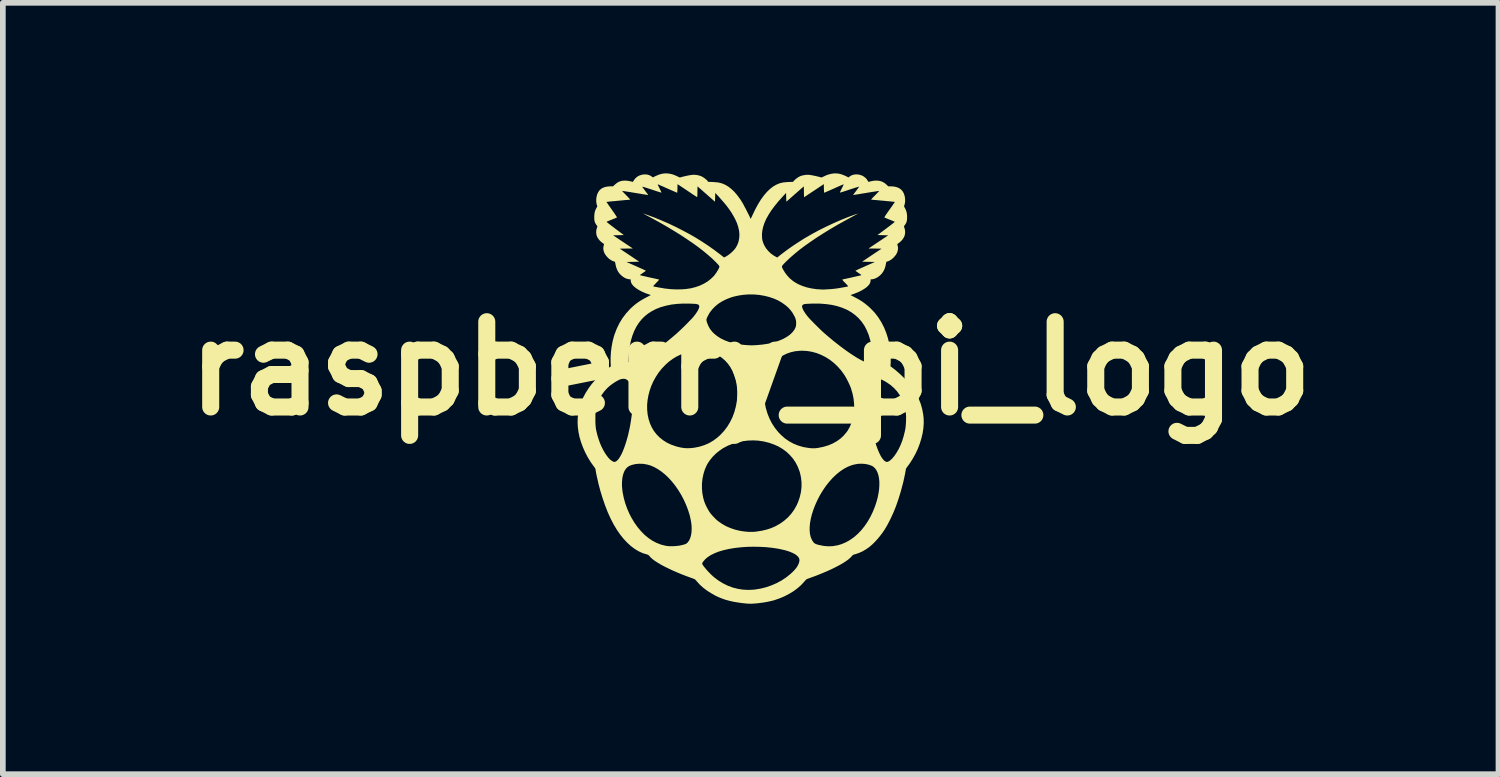
<source format=kicad_pcb>
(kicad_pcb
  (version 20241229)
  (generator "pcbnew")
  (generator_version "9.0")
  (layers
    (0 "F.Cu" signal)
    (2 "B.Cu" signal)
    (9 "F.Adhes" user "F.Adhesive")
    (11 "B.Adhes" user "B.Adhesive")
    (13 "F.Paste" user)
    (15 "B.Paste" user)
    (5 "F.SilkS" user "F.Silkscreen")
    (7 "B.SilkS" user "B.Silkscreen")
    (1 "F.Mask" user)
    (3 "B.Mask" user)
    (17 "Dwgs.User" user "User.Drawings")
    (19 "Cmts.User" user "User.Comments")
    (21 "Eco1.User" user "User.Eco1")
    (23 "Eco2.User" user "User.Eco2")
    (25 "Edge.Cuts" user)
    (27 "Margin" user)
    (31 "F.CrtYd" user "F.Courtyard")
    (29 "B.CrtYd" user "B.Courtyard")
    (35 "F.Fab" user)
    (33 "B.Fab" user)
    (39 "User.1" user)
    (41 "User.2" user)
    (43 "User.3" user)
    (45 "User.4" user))
  (footprint "raspberry_pi_logo"
    (layer "F.Cu")
    (at 10.157 3.432)
    (property "Reference" "raspberry_pi_logo" (at 0 0 0) (layer "F.SilkS") (effects (font (size 1.5 1.5) (thickness 0.3))))
    (attr board_only exclude_from_pos_files exclude_from_bom)
    (fp_poly (pts (xy 1.544 -3.428) (xy 1.601 -3.414) (xy 1.659 -3.391) (xy 1.674 -3.384) (xy 1.72 -3.36) (xy 1.739 -3.375) (xy 1.773 -3.396) (xy 1.811 -3.409) (xy 1.852 -3.414) (xy 1.895 -3.412) (xy 1.937 -3.402) (xy 1.978 -3.384) (xy 1.981 -3.382) (xy 2.013 -3.359) (xy 2.039 -3.333) (xy 2.054 -3.311) (xy 2.063 -3.296) (xy 2.07 -3.286) (xy 2.073 -3.282) (xy 2.073 -3.282) (xy 2.078 -3.283) (xy 2.09 -3.286) (xy 2.107 -3.29) (xy 2.112 -3.292) (xy 2.169 -3.303) (xy 2.222 -3.305) (xy 2.271 -3.299) (xy 2.315 -3.285) (xy 2.356 -3.262) (xy 2.388 -3.235) (xy 2.421 -3.204) (xy 2.467 -3.204) (xy 2.522 -3.2) (xy 2.57 -3.189) (xy 2.611 -3.172) (xy 2.646 -3.147) (xy 2.674 -3.116) (xy 2.695 -3.077) (xy 2.71 -3.031) (xy 2.713 -3.012) (xy 2.717 -2.974) (xy 2.717 -2.935) (xy 2.712 -2.9) (xy 2.704 -2.87) (xy 2.704 -2.87) (xy 2.7 -2.86) (xy 2.699 -2.852) (xy 2.702 -2.843) (xy 2.709 -2.83) (xy 2.713 -2.824) (xy 2.73 -2.789) (xy 2.742 -2.754) (xy 2.749 -2.716) (xy 2.752 -2.671) (xy 2.752 -2.662) (xy 2.751 -2.625) (xy 2.747 -2.595) (xy 2.74 -2.57) (xy 2.729 -2.547) (xy 2.713 -2.524) (xy 2.713 -2.523) (xy 2.696 -2.501) (xy 2.706 -2.47) (xy 2.715 -2.435) (xy 2.718 -2.397) (xy 2.714 -2.36) (xy 2.706 -2.328) (xy 2.689 -2.295) (xy 2.666 -2.262) (xy 2.638 -2.232) (xy 2.619 -2.217) (xy 2.604 -2.205) (xy 2.592 -2.197) (xy 2.584 -2.192) (xy 2.583 -2.192) (xy 2.581 -2.188) (xy 2.581 -2.179) (xy 2.585 -2.164) (xy 2.593 -2.123) (xy 2.59 -2.082) (xy 2.578 -2.041) (xy 2.557 -2.001) (xy 2.525 -1.962) (xy 2.506 -1.942) (xy 2.477 -1.918) (xy 2.447 -1.899) (xy 2.418 -1.885) (xy 2.401 -1.881) (xy 2.392 -1.878) (xy 2.387 -1.872) (xy 2.384 -1.862) (xy 2.382 -1.853) (xy 2.371 -1.798) (xy 2.356 -1.751) (xy 2.336 -1.71) (xy 2.311 -1.673) (xy 2.288 -1.648) (xy 2.255 -1.619) (xy 2.219 -1.596) (xy 2.183 -1.579) (xy 2.148 -1.57) (xy 2.14 -1.569) (xy 2.11 -1.566) (xy 2.11 -1.544) (xy 2.105 -1.515) (xy 2.091 -1.485) (xy 2.068 -1.456) (xy 2.036 -1.426) (xy 1.996 -1.398) (xy 1.949 -1.37) (xy 1.894 -1.343) (xy 1.832 -1.318) (xy 1.789 -1.302) (xy 1.756 -1.291) (xy 1.829 -1.253) (xy 1.898 -1.216) (xy 1.959 -1.179) (xy 2.015 -1.138) (xy 2.069 -1.094) (xy 2.11 -1.056) (xy 2.181 -0.982) (xy 2.243 -0.902) (xy 2.298 -0.815) (xy 2.346 -0.723) (xy 2.386 -0.624) (xy 2.419 -0.519) (xy 2.419 -0.516) (xy 2.436 -0.444) (xy 2.449 -0.366) (xy 2.458 -0.286) (xy 2.464 -0.206) (xy 2.464 -0.131) (xy 2.464 -0.103) (xy 2.46 -0.037) (xy 2.494 -0.012) (xy 2.539 0.022) (xy 2.586 0.062) (xy 2.635 0.106) (xy 2.682 0.151) (xy 2.727 0.196) (xy 2.767 0.239) (xy 2.791 0.269) (xy 2.855 0.354) (xy 2.909 0.44) (xy 2.954 0.528) (xy 2.99 0.618) (xy 3.017 0.711) (xy 3.035 0.806) (xy 3.043 0.876) (xy 3.045 0.961) (xy 3.039 1.05) (xy 3.025 1.142) (xy 3.003 1.234) (xy 2.974 1.327) (xy 2.939 1.419) (xy 2.896 1.509) (xy 2.847 1.596) (xy 2.793 1.68) (xy 2.754 1.732) (xy 2.742 1.749) (xy 2.733 1.764) (xy 2.73 1.774) (xy 2.73 1.774) (xy 2.729 1.784) (xy 2.726 1.802) (xy 2.721 1.826) (xy 2.716 1.856) (xy 2.709 1.888) (xy 2.702 1.923) (xy 2.694 1.958) (xy 2.687 1.991) (xy 2.679 2.021) (xy 2.679 2.023) (xy 2.642 2.162) (xy 2.601 2.296) (xy 2.557 2.423) (xy 2.509 2.542) (xy 2.457 2.654) (xy 2.403 2.758) (xy 2.357 2.835) (xy 2.32 2.89) (xy 2.279 2.944) (xy 2.235 2.998) (xy 2.189 3.048) (xy 2.143 3.094) (xy 2.098 3.133) (xy 2.08 3.148) (xy 2.025 3.185) (xy 1.968 3.218) (xy 1.909 3.245) (xy 1.852 3.265) (xy 1.831 3.271) (xy 1.813 3.276) (xy 1.8 3.282) (xy 1.79 3.291) (xy 1.777 3.306) (xy 1.777 3.306) (xy 1.75 3.334) (xy 1.715 3.364) (xy 1.67 3.396) (xy 1.618 3.429) (xy 1.558 3.463) (xy 1.491 3.498) (xy 1.418 3.534) (xy 1.338 3.57) (xy 1.253 3.606) (xy 1.163 3.642) (xy 1.068 3.677) (xy 1.011 3.698) (xy 0.996 3.703) (xy 0.985 3.709) (xy 0.975 3.716) (xy 0.964 3.728) (xy 0.949 3.744) (xy 0.94 3.755) (xy 0.885 3.814) (xy 0.821 3.87) (xy 0.75 3.922) (xy 0.672 3.969) (xy 0.589 4.012) (xy 0.502 4.048) (xy 0.411 4.079) (xy 0.389 4.085) (xy 0.339 4.097) (xy 0.285 4.108) (xy 0.228 4.118) (xy 0.169 4.126) (xy 0.112 4.133) (xy 0.058 4.137) (xy 0.008 4.14) (xy -0.035 4.139) (xy -0.056 4.138) (xy -0.148 4.129) (xy -0.231 4.117) (xy -0.307 4.104) (xy -0.377 4.088) (xy -0.443 4.07) (xy -0.506 4.048) (xy -0.567 4.023) (xy -0.62 3.998) (xy -0.696 3.955) (xy -0.768 3.909) (xy -0.834 3.859) (xy -0.893 3.806) (xy -0.94 3.755) (xy -0.957 3.735) (xy -0.97 3.721) (xy -0.98 3.712) (xy -0.991 3.706) (xy -1.003 3.701) (xy -1.011 3.698) (xy -1.107 3.663) (xy -1.199 3.628) (xy -1.287 3.592) (xy -1.369 3.556) (xy -1.446 3.52) (xy -1.517 3.485) (xy -1.581 3.451) (xy -1.608 3.434) (xy -0.852 3.434) (xy -0.85 3.446) (xy -0.841 3.461) (xy -0.827 3.48) (xy -0.814 3.497) (xy -0.758 3.563) (xy -0.702 3.621) (xy -0.65 3.669) (xy -0.571 3.729) (xy -0.489 3.78) (xy -0.404 3.822) (xy -0.316 3.855) (xy -0.225 3.878) (xy -0.133 3.892) (xy -0.038 3.897) (xy 0.059 3.892) (xy 0.075 3.89) (xy 0.174 3.874) (xy 0.271 3.85) (xy 0.365 3.817) (xy 0.456 3.778) (xy 0.543 3.731) (xy 0.623 3.678) (xy 0.697 3.619) (xy 0.729 3.59) (xy 0.764 3.555) (xy 0.791 3.524) (xy 0.813 3.495) (xy 0.83 3.466) (xy 0.838 3.45) (xy 0.852 3.414) (xy 0.858 3.383) (xy 0.856 3.355) (xy 0.853 3.343) (xy 0.838 3.317) (xy 0.813 3.292) (xy 0.78 3.268) (xy 0.738 3.246) (xy 0.688 3.225) (xy 0.63 3.206) (xy 0.586 3.194) (xy 0.489 3.173) (xy 0.386 3.157) (xy 0.277 3.145) (xy 0.166 3.139) (xy 0.053 3.137) (xy -0.06 3.139) (xy -0.172 3.147) (xy -0.279 3.159) (xy -0.382 3.176) (xy -0.478 3.198) (xy -0.492 3.202) (xy -0.569 3.225) (xy -0.638 3.253) (xy -0.699 3.283) (xy -0.752 3.317) (xy -0.796 3.353) (xy -0.831 3.393) (xy -0.831 3.393) (xy -0.843 3.409) (xy -0.85 3.422) (xy -0.852 3.434) (xy -1.608 3.434) (xy -1.637 3.417) (xy -1.687 3.385) (xy -1.728 3.354) (xy -1.76 3.325) (xy -1.778 3.305) (xy -1.79 3.291) (xy -1.801 3.282) (xy -1.813 3.276) (xy -1.831 3.271) (xy -1.901 3.249) (xy -1.971 3.217) (xy -2.039 3.176) (xy -2.106 3.126) (xy -2.171 3.067) (xy -2.234 3) (xy -2.294 2.925) (xy -2.352 2.842) (xy -2.406 2.752) (xy -2.412 2.742) (xy -2.464 2.641) (xy -2.514 2.531) (xy -2.56 2.413) (xy -2.603 2.289) (xy -2.643 2.159) (xy -2.679 2.024) (xy -2.682 2.009) (xy -2.264 2.009) (xy -2.264 2.076) (xy -2.257 2.147) (xy -2.251 2.188) (xy -2.232 2.281) (xy -2.206 2.375) (xy -2.172 2.469) (xy -2.133 2.559) (xy -2.099 2.624) (xy -2.046 2.713) (xy -1.989 2.793) (xy -1.928 2.865) (xy -1.864 2.93) (xy -1.797 2.985) (xy -1.727 3.032) (xy -1.654 3.07) (xy -1.579 3.099) (xy -1.501 3.119) (xy -1.46 3.125) (xy -1.428 3.128) (xy -1.39 3.128) (xy -1.349 3.127) (xy -1.308 3.124) (xy -1.27 3.12) (xy -1.246 3.116) (xy -1.208 3.108) (xy -1.178 3.1) (xy -1.155 3.093) (xy -1.137 3.085) (xy -1.123 3.075) (xy -1.111 3.065) (xy -1.11 3.063) (xy -1.084 3.029) (xy -1.064 2.987) (xy -1.05 2.939) (xy -1.041 2.885) (xy -1.038 2.825) (xy -1.04 2.76) (xy -1.049 2.692) (xy -1.064 2.62) (xy -1.072 2.585) (xy -1.101 2.492) (xy -1.136 2.401) (xy -1.176 2.312) (xy -1.221 2.226) (xy -1.271 2.144) (xy -1.294 2.111) (xy -0.857 2.111) (xy -0.85 2.197) (xy -0.834 2.28) (xy -0.817 2.339) (xy -0.806 2.369) (xy -0.791 2.404) (xy -0.773 2.441) (xy -0.753 2.478) (xy -0.734 2.511) (xy -0.716 2.538) (xy -0.713 2.542) (xy -0.689 2.572) (xy -0.659 2.605) (xy -0.628 2.637) (xy -0.597 2.667) (xy -0.574 2.686) (xy -0.507 2.733) (xy -0.434 2.775) (xy -0.355 2.809) (xy -0.273 2.837) (xy -0.188 2.857) (xy -0.146 2.864) (xy -0.091 2.871) (xy -0.041 2.875) (xy 0.004 2.876) (xy 0.05 2.875) (xy 0.097 2.871) (xy 0.109 2.869) (xy 0.199 2.855) (xy 0.283 2.835) (xy 0.362 2.809) (xy 0.401 2.792) (xy 1.038 2.792) (xy 1.038 2.856) (xy 1.044 2.915) (xy 1.057 2.968) (xy 1.077 3.015) (xy 1.097 3.048) (xy 1.109 3.063) (xy 1.121 3.075) (xy 1.136 3.084) (xy 1.154 3.092) (xy 1.178 3.1) (xy 1.209 3.108) (xy 1.212 3.108) (xy 1.287 3.123) (xy 1.358 3.129) (xy 1.428 3.128) (xy 1.453 3.125) (xy 1.53 3.112) (xy 1.606 3.089) (xy 1.679 3.057) (xy 1.75 3.017) (xy 1.819 2.968) (xy 1.884 2.911) (xy 1.946 2.847) (xy 2.003 2.776) (xy 2.057 2.697) (xy 2.106 2.612) (xy 2.15 2.521) (xy 2.189 2.424) (xy 2.191 2.418) (xy 2.216 2.341) (xy 2.236 2.266) (xy 2.25 2.193) (xy 2.26 2.122) (xy 2.264 2.055) (xy 2.264 1.992) (xy 2.258 1.933) (xy 2.248 1.88) (xy 2.232 1.832) (xy 2.212 1.791) (xy 2.187 1.756) (xy 2.158 1.729) (xy 2.13 1.713) (xy 2.075 1.693) (xy 2.015 1.681) (xy 1.951 1.676) (xy 1.886 1.679) (xy 1.821 1.691) (xy 1.771 1.705) (xy 1.704 1.732) (xy 1.637 1.768) (xy 1.571 1.813) (xy 1.506 1.866) (xy 1.443 1.926) (xy 1.382 1.994) (xy 1.324 2.067) (xy 1.27 2.146) (xy 1.219 2.23) (xy 1.173 2.319) (xy 1.133 2.409) (xy 1.101 2.492) (xy 1.076 2.572) (xy 1.057 2.649) (xy 1.044 2.723) (xy 1.038 2.792) (xy 0.401 2.792) (xy 0.437 2.776) (xy 0.517 2.731) (xy 0.59 2.679) (xy 0.656 2.621) (xy 0.714 2.557) (xy 0.765 2.486) (xy 0.808 2.41) (xy 0.835 2.349) (xy 0.864 2.265) (xy 0.884 2.179) (xy 0.894 2.093) (xy 0.895 2.007) (xy 0.886 1.921) (xy 0.868 1.837) (xy 0.859 1.808) (xy 0.828 1.728) (xy 0.79 1.654) (xy 0.744 1.586) (xy 0.69 1.524) (xy 0.63 1.467) (xy 0.562 1.417) (xy 0.488 1.373) (xy 0.407 1.337) (xy 0.32 1.307) (xy 0.23 1.285) (xy 0.14 1.271) (xy 0.048 1.266) (xy -0.045 1.269) (xy -0.137 1.28) (xy -0.228 1.299) (xy -0.315 1.325) (xy -0.399 1.358) (xy -0.477 1.399) (xy -0.486 1.404) (xy -0.55 1.448) (xy -0.611 1.497) (xy -0.666 1.552) (xy -0.714 1.61) (xy -0.755 1.67) (xy -0.774 1.705) (xy -0.807 1.78) (xy -0.831 1.859) (xy -0.848 1.941) (xy -0.857 2.026) (xy -0.857 2.111) (xy -1.294 2.111) (xy -1.324 2.067) (xy -1.381 1.995) (xy -1.441 1.928) (xy -1.504 1.868) (xy -1.568 1.816) (xy -1.634 1.771) (xy -1.7 1.734) (xy -1.767 1.706) (xy -1.771 1.705) (xy -1.835 1.688) (xy -1.9 1.678) (xy -1.965 1.677) (xy -2.028 1.683) (xy -2.087 1.697) (xy -2.13 1.713) (xy -2.164 1.734) (xy -2.192 1.762) (xy -2.217 1.798) (xy -2.236 1.842) (xy -2.251 1.892) (xy -2.26 1.948) (xy -2.264 2.009) (xy -2.682 2.009) (xy -2.71 1.885) (xy -2.713 1.87) (xy -2.719 1.841) (xy -2.723 1.816) (xy -2.727 1.795) (xy -2.729 1.78) (xy -2.73 1.774) (xy -2.733 1.764) (xy -2.741 1.749) (xy -2.753 1.732) (xy -2.754 1.732) (xy -2.811 1.653) (xy -2.863 1.569) (xy -2.91 1.48) (xy -2.951 1.388) (xy -2.985 1.296) (xy -3.012 1.204) (xy -3.028 1.127) (xy -3.04 1.039) (xy -3.045 0.955) (xy -3.043 0.889) (xy -2.732 0.889) (xy -2.732 0.941) (xy -2.73 0.986) (xy -2.727 1.026) (xy -2.722 1.065) (xy -2.714 1.104) (xy -2.704 1.147) (xy -2.693 1.187) (xy -2.673 1.252) (xy -2.65 1.316) (xy -2.624 1.377) (xy -2.595 1.434) (xy -2.565 1.486) (xy -2.534 1.532) (xy -2.503 1.572) (xy -2.471 1.605) (xy -2.44 1.628) (xy -2.435 1.632) (xy -2.414 1.642) (xy -2.398 1.645) (xy -2.382 1.642) (xy -2.366 1.634) (xy -2.345 1.617) (xy -2.322 1.591) (xy -2.3 1.557) (xy -2.276 1.515) (xy -2.253 1.466) (xy -2.231 1.411) (xy -2.209 1.35) (xy -2.188 1.285) (xy -2.168 1.215) (xy -2.156 1.17) (xy -2.128 1.045) (xy -2.107 0.926) (xy -2.091 0.811) (xy -2.081 0.698) (xy -2.078 0.643) (xy -1.822 0.643) (xy -1.821 0.727) (xy -1.813 0.81) (xy -1.796 0.89) (xy -1.771 0.968) (xy -1.743 1.031) (xy -1.704 1.098) (xy -1.657 1.159) (xy -1.603 1.214) (xy -1.541 1.263) (xy -1.473 1.306) (xy -1.399 1.341) (xy -1.319 1.369) (xy -1.289 1.378) (xy -1.227 1.392) (xy -1.17 1.401) (xy -1.115 1.404) (xy -1.059 1.402) (xy -0.998 1.396) (xy -0.987 1.394) (xy -0.898 1.376) (xy -0.813 1.349) (xy -0.732 1.314) (xy -0.656 1.269) (xy -0.585 1.216) (xy -0.536 1.172) (xy -0.47 1.102) (xy -0.413 1.027) (xy -0.363 0.945) (xy -0.32 0.858) (xy -0.286 0.765) (xy -0.26 0.668) (xy -0.246 0.591) (xy -0.241 0.553) (xy -0.239 0.509) (xy -0.237 0.461) (xy -0.237 0.419) (xy 0.237 0.419) (xy 0.237 0.468) (xy 0.239 0.516) (xy 0.242 0.559) (xy 0.246 0.591) (xy 0.266 0.693) (xy 0.294 0.789) (xy 0.33 0.88) (xy 0.374 0.966) (xy 0.426 1.046) (xy 0.486 1.121) (xy 0.536 1.172) (xy 0.604 1.232) (xy 0.677 1.282) (xy 0.754 1.324) (xy 0.836 1.357) (xy 0.921 1.382) (xy 0.987 1.394) (xy 1.029 1.4) (xy 1.065 1.404) (xy 1.097 1.405) (xy 1.126 1.405) (xy 1.155 1.402) (xy 1.187 1.398) (xy 1.194 1.397) (xy 1.285 1.378) (xy 1.37 1.352) (xy 1.447 1.319) (xy 1.518 1.279) (xy 1.582 1.233) (xy 1.639 1.179) (xy 1.689 1.119) (xy 1.707 1.094) (xy 1.745 1.026) (xy 1.776 0.953) (xy 1.799 0.876) (xy 1.814 0.795) (xy 1.821 0.711) (xy 1.82 0.624) (xy 1.815 0.579) (xy 2.077 0.579) (xy 2.077 0.62) (xy 2.081 0.696) (xy 2.087 0.773) (xy 2.096 0.851) (xy 2.108 0.929) (xy 2.121 1.007) (xy 2.137 1.084) (xy 2.154 1.159) (xy 2.172 1.231) (xy 2.192 1.3) (xy 2.213 1.364) (xy 2.235 1.424) (xy 2.258 1.478) (xy 2.281 1.526) (xy 2.304 1.566) (xy 2.328 1.599) (xy 2.351 1.623) (xy 2.363 1.632) (xy 2.382 1.642) (xy 2.398 1.645) (xy 2.415 1.641) (xy 2.435 1.632) (xy 2.449 1.622) (xy 2.467 1.607) (xy 2.485 1.59) (xy 2.493 1.582) (xy 2.532 1.535) (xy 2.57 1.478) (xy 2.606 1.415) (xy 2.638 1.346) (xy 2.667 1.272) (xy 2.691 1.194) (xy 2.711 1.114) (xy 2.721 1.067) (xy 2.726 1.029) (xy 2.73 0.985) (xy 2.733 0.938) (xy 2.734 0.89) (xy 2.734 0.845) (xy 2.732 0.805) (xy 2.73 0.788) (xy 2.716 0.701) (xy 2.693 0.618) (xy 2.662 0.542) (xy 2.623 0.471) (xy 2.577 0.405) (xy 2.522 0.345) (xy 2.459 0.29) (xy 2.388 0.242) (xy 2.351 0.22) (xy 2.312 0.201) (xy 2.278 0.188) (xy 2.248 0.182) (xy 2.226 0.182) (xy 2.194 0.191) (xy 2.166 0.208) (xy 2.142 0.235) (xy 2.121 0.27) (xy 2.105 0.314) (xy 2.092 0.367) (xy 2.083 0.429) (xy 2.078 0.5) (xy 2.077 0.579) (xy 1.815 0.579) (xy 1.811 0.536) (xy 1.793 0.446) (xy 1.767 0.357) (xy 1.763 0.344) (xy 1.751 0.313) (xy 1.734 0.275) (xy 1.715 0.235) (xy 1.695 0.195) (xy 1.674 0.157) (xy 1.655 0.125) (xy 1.651 0.118) (xy 1.595 0.04) (xy 1.534 -0.03) (xy 1.467 -0.094) (xy 1.396 -0.15) (xy 1.321 -0.198) (xy 1.242 -0.238) (xy 1.161 -0.27) (xy 1.077 -0.293) (xy 0.991 -0.307) (xy 0.904 -0.312) (xy 0.862 -0.31) (xy 0.78 -0.302) (xy 0.703 -0.284) (xy 0.631 -0.259) (xy 0.564 -0.225) (xy 0.502 -0.184) (xy 0.446 -0.135) (xy 0.396 -0.079) (xy 0.353 -0.016) (xy 0.315 0.054) (xy 0.285 0.131) (xy 0.261 0.214) (xy 0.246 0.291) (xy 0.241 0.327) (xy 0.238 0.371) (xy 0.237 0.419) (xy -0.237 0.419) (xy -0.237 0.412) (xy -0.239 0.365) (xy -0.242 0.322) (xy -0.246 0.291) (xy -0.263 0.204) (xy -0.288 0.123) (xy -0.319 0.047) (xy -0.357 -0.022) (xy -0.401 -0.084) (xy -0.452 -0.14) (xy -0.508 -0.188) (xy -0.569 -0.229) (xy -0.636 -0.262) (xy -0.679 -0.278) (xy -0.754 -0.298) (xy -0.832 -0.309) (xy -0.913 -0.311) (xy -0.994 -0.306) (xy -1.076 -0.292) (xy -1.157 -0.271) (xy -1.235 -0.242) (xy -1.311 -0.205) (xy -1.365 -0.172) (xy -1.437 -0.12) (xy -1.504 -0.06) (xy -1.565 0.005) (xy -1.62 0.074) (xy -1.669 0.149) (xy -1.712 0.226) (xy -1.748 0.307) (xy -1.777 0.389) (xy -1.799 0.474) (xy -1.814 0.558) (xy -1.822 0.643) (xy -2.078 0.643) (xy -2.077 0.62) (xy -2.077 0.539) (xy -2.08 0.465) (xy -2.087 0.4) (xy -2.097 0.343) (xy -2.112 0.294) (xy -2.13 0.254) (xy -2.151 0.223) (xy -2.176 0.2) (xy -2.204 0.186) (xy -2.236 0.182) (xy -2.271 0.186) (xy -2.279 0.188) (xy -2.31 0.199) (xy -2.346 0.217) (xy -2.385 0.24) (xy -2.424 0.266) (xy -2.464 0.295) (xy -2.5 0.325) (xy -2.525 0.348) (xy -2.578 0.407) (xy -2.624 0.471) (xy -2.662 0.54) (xy -2.693 0.616) (xy -2.716 0.697) (xy -2.719 0.711) (xy -2.723 0.732) (xy -2.726 0.75) (xy -2.729 0.768) (xy -2.73 0.786) (xy -2.731 0.807) (xy -2.732 0.834) (xy -2.732 0.867) (xy -2.732 0.889) (xy -3.043 0.889) (xy -3.043 0.872) (xy -3.033 0.789) (xy -3.03 0.769) (xy -3.011 0.682) (xy -2.982 0.595) (xy -2.945 0.508) (xy -2.899 0.423) (xy -2.845 0.34) (xy -2.799 0.278) (xy -2.759 0.231) (xy -2.712 0.18) (xy -2.66 0.129) (xy -2.607 0.08) (xy -2.553 0.034) (xy -2.502 -0.006) (xy -2.494 -0.012) (xy -2.46 -0.037) (xy -2.464 -0.103) (xy -2.464 -0.113) (xy -2.15 -0.113) (xy -2.138 -0.101) (xy -2.123 -0.091) (xy -2.105 -0.088) (xy -2.081 -0.091) (xy -2.061 -0.096) (xy -2.021 -0.11) (xy -1.974 -0.131) (xy -1.923 -0.158) (xy -1.866 -0.191) (xy -1.805 -0.229) (xy -1.739 -0.272) (xy -1.671 -0.32) (xy -1.6 -0.372) (xy -1.527 -0.428) (xy -1.452 -0.488) (xy -1.377 -0.55) (xy -1.306 -0.611) (xy -1.283 -0.632) (xy -1.255 -0.658) (xy -1.224 -0.687) (xy -1.191 -0.719) (xy -1.157 -0.752) (xy -1.124 -0.785) (xy -1.093 -0.817) (xy -1.064 -0.847) (xy -1.056 -0.855) (xy -0.778 -0.855) (xy -0.777 -0.84) (xy -0.772 -0.822) (xy -0.766 -0.801) (xy -0.743 -0.745) (xy -0.714 -0.693) (xy -0.676 -0.645) (xy -0.647 -0.616) (xy -0.593 -0.571) (xy -0.531 -0.531) (xy -0.461 -0.496) (xy -0.384 -0.467) (xy -0.301 -0.443) (xy -0.211 -0.425) (xy -0.116 -0.414) (xy -0.077 -0.411) (xy -0.045 -0.409) (xy -0.02 -0.407) (xy 0.000396 -0.407) (xy 0.02 -0.406) (xy 0.04 -0.407) (xy 0.064 -0.408) (xy 0.094 -0.41) (xy 0.105 -0.41) (xy 0.211 -0.42) (xy 0.309 -0.435) (xy 0.4 -0.456) (xy 0.485 -0.483) (xy 0.565 -0.516) (xy 0.579 -0.523) (xy 0.639 -0.557) (xy 0.69 -0.593) (xy 0.732 -0.633) (xy 0.765 -0.675) (xy 0.78 -0.701) (xy 0.789 -0.722) (xy 0.795 -0.739) (xy 0.798 -0.756) (xy 0.8 -0.779) (xy 0.8 -0.781) (xy 0.8 -0.816) (xy 0.796 -0.848) (xy 0.788 -0.879) (xy 0.774 -0.912) (xy 0.767 -0.924) (xy 0.735 -0.981) (xy 0.697 -1.031) (xy 0.653 -1.078) (xy 0.634 -1.094) (xy 0.904 -1.094) (xy 0.905 -1.08) (xy 0.912 -1.057) (xy 0.924 -1.029) (xy 0.943 -0.997) (xy 0.966 -0.962) (xy 0.99 -0.93) (xy 1.007 -0.909) (xy 1.031 -0.882) (xy 1.06 -0.851) (xy 1.092 -0.818) (xy 1.127 -0.782) (xy 1.164 -0.746) (xy 1.2 -0.71) (xy 1.236 -0.675) (xy 1.269 -0.644) (xy 1.299 -0.617) (xy 1.306 -0.611) (xy 1.38 -0.548) (xy 1.452 -0.488) (xy 1.524 -0.431) (xy 1.594 -0.377) (xy 1.663 -0.326) (xy 1.728 -0.28) (xy 1.791 -0.238) (xy 1.85 -0.2) (xy 1.906 -0.167) (xy 1.956 -0.14) (xy 2.002 -0.118) (xy 2.043 -0.101) (xy 2.077 -0.092) (xy 2.104 -0.088) (xy 2.121 -0.09) (xy 2.133 -0.096) (xy 2.138 -0.101) (xy 2.15 -0.113) (xy 2.147 -0.19) (xy 2.138 -0.302) (xy 2.124 -0.407) (xy 2.102 -0.504) (xy 2.075 -0.594) (xy 2.04 -0.677) (xy 2 -0.754) (xy 1.952 -0.823) (xy 1.898 -0.885) (xy 1.837 -0.94) (xy 1.77 -0.989) (xy 1.696 -1.031) (xy 1.687 -1.035) (xy 1.607 -1.069) (xy 1.52 -1.097) (xy 1.427 -1.118) (xy 1.327 -1.132) (xy 1.223 -1.14) (xy 1.113 -1.141) (xy 1.084 -1.141) (xy 1.041 -1.139) (xy 1.006 -1.137) (xy 0.979 -1.136) (xy 0.958 -1.133) (xy 0.942 -1.131) (xy 0.931 -1.127) (xy 0.923 -1.123) (xy 0.917 -1.118) (xy 0.914 -1.116) (xy 0.907 -1.105) (xy 0.904 -1.094) (xy 0.634 -1.094) (xy 0.617 -1.109) (xy 0.553 -1.155) (xy 0.483 -1.196) (xy 0.406 -1.23) (xy 0.325 -1.257) (xy 0.24 -1.278) (xy 0.152 -1.293) (xy 0.061 -1.301) (xy -0.03 -1.302) (xy -0.121 -1.296) (xy -0.211 -1.283) (xy -0.3 -1.263) (xy -0.349 -1.248) (xy -0.429 -1.217) (xy -0.503 -1.18) (xy -0.569 -1.138) (xy -0.628 -1.089) (xy -0.679 -1.036) (xy -0.723 -0.978) (xy -0.758 -0.914) (xy -0.762 -0.905) (xy -0.771 -0.884) (xy -0.777 -0.869) (xy -0.778 -0.855) (xy -1.056 -0.855) (xy -1.038 -0.873) (xy -1.018 -0.896) (xy -1.003 -0.913) (xy -1.003 -0.913) (xy -0.968 -0.959) (xy -0.941 -0.999) (xy -0.921 -1.034) (xy -0.909 -1.064) (xy -0.905 -1.081) (xy -0.904 -1.096) (xy -0.908 -1.107) (xy -0.914 -1.116) (xy -0.92 -1.121) (xy -0.927 -1.126) (xy -0.937 -1.129) (xy -0.951 -1.132) (xy -0.969 -1.135) (xy -0.994 -1.137) (xy -1.026 -1.138) (xy -1.066 -1.14) (xy -1.082 -1.141) (xy -1.192 -1.141) (xy -1.298 -1.135) (xy -1.398 -1.123) (xy -1.493 -1.103) (xy -1.582 -1.078) (xy -1.664 -1.046) (xy -1.74 -1.007) (xy -1.808 -0.963) (xy -1.858 -0.923) (xy -1.916 -0.866) (xy -1.967 -0.803) (xy -2.011 -0.734) (xy -2.049 -0.659) (xy -2.081 -0.577) (xy -2.107 -0.489) (xy -2.126 -0.394) (xy -2.14 -0.291) (xy -2.147 -0.187) (xy -2.15 -0.113) (xy -2.464 -0.113) (xy -2.464 -0.191) (xy -2.459 -0.284) (xy -2.447 -0.378) (xy -2.43 -0.471) (xy -2.407 -0.56) (xy -2.394 -0.601) (xy -2.356 -0.7) (xy -2.31 -0.794) (xy -2.257 -0.882) (xy -2.195 -0.964) (xy -2.127 -1.04) (xy -2.106 -1.061) (xy -2.051 -1.11) (xy -1.995 -1.154) (xy -1.935 -1.194) (xy -1.869 -1.232) (xy -1.829 -1.253) (xy -1.756 -1.291) (xy -1.789 -1.302) (xy -1.855 -1.326) (xy -1.914 -1.352) (xy -1.966 -1.379) (xy -2.011 -1.408) (xy -2.048 -1.437) (xy -2.077 -1.466) (xy -2.097 -1.496) (xy -2.108 -1.525) (xy -2.11 -1.544) (xy -2.11 -1.566) (xy -2.14 -1.569) (xy -2.174 -1.576) (xy -2.211 -1.591) (xy -2.247 -1.613) (xy -2.281 -1.641) (xy -2.288 -1.648) (xy -2.315 -1.678) (xy -2.336 -1.709) (xy -2.353 -1.744) (xy -2.367 -1.784) (xy -2.378 -1.83) (xy -2.382 -1.853) (xy -2.385 -1.868) (xy -2.389 -1.876) (xy -2.396 -1.879) (xy -2.401 -1.881) (xy -2.429 -1.89) (xy -2.458 -1.906) (xy -2.488 -1.927) (xy -2.506 -1.942) (xy -2.542 -1.981) (xy -2.569 -2.021) (xy -2.585 -2.061) (xy -2.593 -2.102) (xy -2.59 -2.143) (xy -2.585 -2.164) (xy -2.581 -2.18) (xy -2.581 -2.189) (xy -2.583 -2.192) (xy -2.59 -2.196) (xy -2.602 -2.204) (xy -2.617 -2.215) (xy -2.619 -2.217) (xy -2.649 -2.243) (xy -2.675 -2.274) (xy -2.697 -2.308) (xy -2.706 -2.328) (xy -2.715 -2.361) (xy -2.718 -2.398) (xy -2.715 -2.436) (xy -2.706 -2.47) (xy -2.696 -2.501) (xy -2.713 -2.523) (xy -2.728 -2.546) (xy -2.74 -2.569) (xy -2.747 -2.594) (xy -2.751 -2.623) (xy -2.752 -2.66) (xy -2.752 -2.662) (xy -2.75 -2.708) (xy -2.744 -2.747) (xy -2.733 -2.783) (xy -2.717 -2.817) (xy -2.713 -2.824) (xy -2.704 -2.839) (xy -2.7 -2.849) (xy -2.699 -2.857) (xy -2.702 -2.866) (xy -2.704 -2.87) (xy -2.712 -2.899) (xy -2.716 -2.93) (xy -2.537 -2.93) (xy -2.535 -2.925) (xy -2.527 -2.914) (xy -2.515 -2.897) (xy -2.5 -2.874) (xy -2.481 -2.848) (xy -2.46 -2.818) (xy -2.443 -2.794) (xy -2.421 -2.762) (xy -2.4 -2.733) (xy -2.383 -2.707) (xy -2.369 -2.686) (xy -2.358 -2.669) (xy -2.353 -2.659) (xy -2.352 -2.657) (xy -2.358 -2.654) (xy -2.371 -2.648) (xy -2.391 -2.639) (xy -2.415 -2.63) (xy -2.442 -2.619) (xy -2.444 -2.618) (xy -2.472 -2.607) (xy -2.496 -2.597) (xy -2.516 -2.589) (xy -2.53 -2.583) (xy -2.536 -2.58) (xy -2.536 -2.58) (xy -2.533 -2.577) (xy -2.523 -2.568) (xy -2.507 -2.555) (xy -2.486 -2.538) (xy -2.459 -2.518) (xy -2.429 -2.495) (xy -2.396 -2.47) (xy -2.386 -2.462) (xy -2.232 -2.347) (xy -2.326 -2.344) (xy -2.42 -2.342) (xy -2.247 -2.226) (xy -2.073 -2.11) (xy -2.188 -2.109) (xy -2.303 -2.107) (xy -2.132 -1.993) (xy -1.961 -1.878) (xy -2.073 -1.875) (xy -2.185 -1.873) (xy -2.015 -1.798) (xy -1.977 -1.781) (xy -1.942 -1.765) (xy -1.911 -1.751) (xy -1.884 -1.739) (xy -1.864 -1.729) (xy -1.85 -1.723) (xy -1.844 -1.719) (xy -1.844 -1.719) (xy -1.847 -1.716) (xy -1.857 -1.708) (xy -1.872 -1.697) (xy -1.891 -1.684) (xy -1.895 -1.681) (xy -1.915 -1.667) (xy -1.932 -1.656) (xy -1.943 -1.647) (xy -1.948 -1.642) (xy -1.949 -1.642) (xy -1.944 -1.64) (xy -1.931 -1.636) (xy -1.91 -1.631) (xy -1.884 -1.625) (xy -1.852 -1.618) (xy -1.816 -1.609) (xy -1.784 -1.602) (xy -1.745 -1.594) (xy -1.709 -1.586) (xy -1.677 -1.579) (xy -1.65 -1.573) (xy -1.63 -1.568) (xy -1.617 -1.565) (xy -1.612 -1.564) (xy -1.613 -1.56) (xy -1.621 -1.549) (xy -1.635 -1.533) (xy -1.655 -1.513) (xy -1.663 -1.504) (xy -1.687 -1.479) (xy -1.703 -1.462) (xy -1.712 -1.45) (xy -1.715 -1.444) (xy -1.714 -1.444) (xy -1.704 -1.441) (xy -1.687 -1.437) (xy -1.663 -1.433) (xy -1.635 -1.427) (xy -1.605 -1.422) (xy -1.574 -1.417) (xy -1.544 -1.412) (xy -1.517 -1.407) (xy -1.495 -1.404) (xy -1.494 -1.404) (xy -1.398 -1.394) (xy -1.302 -1.39) (xy -1.209 -1.392) (xy -1.14 -1.397) (xy -1.052 -1.41) (xy -0.969 -1.431) (xy -0.892 -1.458) (xy -0.821 -1.492) (xy -0.755 -1.532) (xy -0.697 -1.578) (xy -0.645 -1.629) (xy -0.602 -1.687) (xy -0.57 -1.741) (xy -0.56 -1.76) (xy -0.554 -1.774) (xy -0.55 -1.786) (xy -0.551 -1.796) (xy -0.556 -1.807) (xy -0.566 -1.82) (xy -0.581 -1.837) (xy -0.602 -1.859) (xy -0.611 -1.868) (xy -0.676 -1.932) (xy -0.75 -1.997) (xy -0.832 -2.065) (xy -0.922 -2.135) (xy -1.021 -2.206) (xy -1.127 -2.278) (xy -1.239 -2.352) (xy -1.359 -2.426) (xy -1.484 -2.501) (xy -1.616 -2.576) (xy -1.753 -2.651) (xy -1.802 -2.677) (xy -1.829 -2.691) (xy -1.852 -2.704) (xy -1.871 -2.714) (xy -1.883 -2.721) (xy -1.889 -2.725) (xy -1.889 -2.725) (xy -1.883 -2.724) (xy -1.87 -2.719) (xy -1.852 -2.713) (xy -1.829 -2.705) (xy -1.818 -2.701) (xy -1.696 -2.656) (xy -1.57 -2.604) (xy -1.441 -2.548) (xy -1.313 -2.487) (xy -1.188 -2.423) (xy -1.067 -2.358) (xy -0.966 -2.3) (xy -0.86 -2.234) (xy -0.755 -2.165) (xy -0.654 -2.094) (xy -0.559 -2.023) (xy -0.533 -2.003) (xy -0.468 -1.952) (xy -0.45 -1.961) (xy -0.414 -1.981) (xy -0.376 -2.008) (xy -0.338 -2.039) (xy -0.304 -2.072) (xy -0.276 -2.105) (xy -0.267 -2.116) (xy -0.236 -2.17) (xy -0.214 -2.228) (xy -0.202 -2.288) (xy -0.198 -2.349) (xy 0.199 -2.349) (xy 0.2 -2.3) (xy 0.206 -2.257) (xy 0.218 -2.216) (xy 0.236 -2.173) (xy 0.239 -2.166) (xy 0.268 -2.117) (xy 0.305 -2.071) (xy 0.348 -2.028) (xy 0.396 -1.992) (xy 0.447 -1.962) (xy 0.45 -1.96) (xy 0.468 -1.952) (xy 0.523 -1.996) (xy 0.595 -2.051) (xy 0.673 -2.108) (xy 0.756 -2.166) (xy 0.842 -2.222) (xy 0.928 -2.277) (xy 0.966 -2.3) (xy 1.081 -2.366) (xy 1.203 -2.432) (xy 1.33 -2.495) (xy 1.458 -2.555) (xy 1.586 -2.611) (xy 1.712 -2.662) (xy 1.818 -2.701) (xy 1.842 -2.71) (xy 1.863 -2.717) (xy 1.879 -2.722) (xy 1.888 -2.725) (xy 1.889 -2.725) (xy 1.886 -2.723) (xy 1.875 -2.717) (xy 1.859 -2.708) (xy 1.837 -2.696) (xy 1.811 -2.682) (xy 1.802 -2.677) (xy 1.662 -2.601) (xy 1.527 -2.526) (xy 1.398 -2.45) (xy 1.275 -2.374) (xy 1.159 -2.3) (xy 1.05 -2.226) (xy 0.948 -2.154) (xy 0.854 -2.083) (xy 0.769 -2.013) (xy 0.692 -1.946) (xy 0.624 -1.881) (xy 0.611 -1.868) (xy 0.588 -1.845) (xy 0.571 -1.826) (xy 0.559 -1.812) (xy 0.552 -1.8) (xy 0.55 -1.79) (xy 0.552 -1.779) (xy 0.558 -1.765) (xy 0.566 -1.749) (xy 0.57 -1.741) (xy 0.602 -1.688) (xy 0.641 -1.636) (xy 0.686 -1.587) (xy 0.736 -1.545) (xy 0.765 -1.524) (xy 0.831 -1.485) (xy 0.905 -1.453) (xy 0.983 -1.427) (xy 1.067 -1.408) (xy 1.154 -1.395) (xy 1.194 -1.392) (xy 1.218 -1.391) (xy 1.24 -1.389) (xy 1.256 -1.388) (xy 1.264 -1.388) (xy 1.265 -1.388) (xy 1.272 -1.388) (xy 1.287 -1.388) (xy 1.308 -1.389) (xy 1.334 -1.391) (xy 1.355 -1.392) (xy 1.39 -1.394) (xy 1.429 -1.397) (xy 1.467 -1.401) (xy 1.5 -1.405) (xy 1.509 -1.406) (xy 1.535 -1.41) (xy 1.565 -1.415) (xy 1.596 -1.42) (xy 1.628 -1.426) (xy 1.657 -1.431) (xy 1.682 -1.436) (xy 1.701 -1.44) (xy 1.713 -1.443) (xy 1.714 -1.444) (xy 1.714 -1.448) (xy 1.706 -1.458) (xy 1.691 -1.475) (xy 1.669 -1.498) (xy 1.663 -1.504) (xy 1.641 -1.526) (xy 1.625 -1.544) (xy 1.615 -1.556) (xy 1.612 -1.563) (xy 1.612 -1.564) (xy 1.619 -1.565) (xy 1.633 -1.569) (xy 1.655 -1.574) (xy 1.683 -1.58) (xy 1.716 -1.587) (xy 1.752 -1.595) (xy 1.784 -1.602) (xy 1.822 -1.611) (xy 1.858 -1.619) (xy 1.889 -1.626) (xy 1.915 -1.632) (xy 1.934 -1.637) (xy 1.945 -1.64) (xy 1.949 -1.642) (xy 1.945 -1.646) (xy 1.934 -1.654) (xy 1.919 -1.665) (xy 1.899 -1.678) (xy 1.895 -1.681) (xy 1.876 -1.694) (xy 1.86 -1.706) (xy 1.848 -1.714) (xy 1.844 -1.719) (xy 1.844 -1.719) (xy 1.848 -1.722) (xy 1.861 -1.728) (xy 1.881 -1.737) (xy 1.906 -1.749) (xy 1.937 -1.763) (xy 1.972 -1.778) (xy 2.009 -1.795) (xy 2.015 -1.798) (xy 2.185 -1.873) (xy 2.073 -1.875) (xy 1.961 -1.878) (xy 2.132 -1.993) (xy 2.303 -2.107) (xy 2.188 -2.109) (xy 2.073 -2.11) (xy 2.247 -2.226) (xy 2.42 -2.342) (xy 2.326 -2.344) (xy 2.232 -2.347) (xy 2.386 -2.462) (xy 2.42 -2.488) (xy 2.451 -2.511) (xy 2.478 -2.532) (xy 2.501 -2.55) (xy 2.519 -2.565) (xy 2.531 -2.575) (xy 2.536 -2.58) (xy 2.536 -2.58) (xy 2.531 -2.583) (xy 2.517 -2.588) (xy 2.498 -2.596) (xy 2.474 -2.606) (xy 2.447 -2.617) (xy 2.444 -2.618) (xy 2.417 -2.629) (xy 2.392 -2.639) (xy 2.373 -2.647) (xy 2.359 -2.653) (xy 2.352 -2.657) (xy 2.352 -2.657) (xy 2.354 -2.661) (xy 2.361 -2.673) (xy 2.372 -2.691) (xy 2.387 -2.714) (xy 2.406 -2.741) (xy 2.427 -2.771) (xy 2.443 -2.794) (xy 2.466 -2.826) (xy 2.487 -2.855) (xy 2.504 -2.881) (xy 2.519 -2.902) (xy 2.53 -2.918) (xy 2.536 -2.927) (xy 2.537 -2.93) (xy 2.532 -2.93) (xy 2.518 -2.932) (xy 2.498 -2.934) (xy 2.471 -2.937) (xy 2.439 -2.94) (xy 2.404 -2.943) (xy 2.366 -2.947) (xy 2.327 -2.951) (xy 2.288 -2.954) (xy 2.25 -2.958) (xy 2.215 -2.961) (xy 2.184 -2.964) (xy 2.157 -2.966) (xy 2.137 -2.968) (xy 2.123 -2.969) (xy 2.12 -2.969) (xy 2.121 -2.972) (xy 2.128 -2.982) (xy 2.14 -2.996) (xy 2.157 -3.014) (xy 2.177 -3.034) (xy 2.188 -3.045) (xy 2.21 -3.067) (xy 2.229 -3.087) (xy 2.244 -3.103) (xy 2.255 -3.115) (xy 2.26 -3.122) (xy 2.261 -3.123) (xy 2.256 -3.122) (xy 2.242 -3.121) (xy 2.22 -3.118) (xy 2.192 -3.113) (xy 2.158 -3.108) (xy 2.119 -3.102) (xy 2.076 -3.095) (xy 2.03 -3.087) (xy 1.984 -3.08) (xy 1.942 -3.073) (xy 1.903 -3.066) (xy 1.869 -3.061) (xy 1.841 -3.057) (xy 1.82 -3.053) (xy 1.807 -3.051) (xy 1.802 -3.051) (xy 1.805 -3.055) (xy 1.813 -3.066) (xy 1.824 -3.082) (xy 1.839 -3.102) (xy 1.854 -3.121) (xy 1.87 -3.144) (xy 1.885 -3.164) (xy 1.897 -3.18) (xy 1.905 -3.192) (xy 1.908 -3.196) (xy 1.904 -3.197) (xy 1.891 -3.194) (xy 1.87 -3.188) (xy 1.839 -3.179) (xy 1.8 -3.166) (xy 1.753 -3.151) (xy 1.741 -3.147) (xy 1.702 -3.134) (xy 1.667 -3.122) (xy 1.635 -3.112) (xy 1.609 -3.104) (xy 1.588 -3.098) (xy 1.575 -3.094) (xy 1.57 -3.093) (xy 1.57 -3.093) (xy 1.571 -3.098) (xy 1.576 -3.11) (xy 1.584 -3.128) (xy 1.595 -3.15) (xy 1.604 -3.169) (xy 1.617 -3.196) (xy 1.627 -3.215) (xy 1.632 -3.228) (xy 1.634 -3.236) (xy 1.634 -3.239) (xy 1.63 -3.238) (xy 1.63 -3.238) (xy 1.623 -3.235) (xy 1.608 -3.229) (xy 1.587 -3.22) (xy 1.56 -3.208) (xy 1.528 -3.194) (xy 1.493 -3.178) (xy 1.459 -3.163) (xy 1.421 -3.146) (xy 1.387 -3.131) (xy 1.357 -3.118) (xy 1.331 -3.107) (xy 1.311 -3.098) (xy 1.299 -3.093) (xy 1.294 -3.091) (xy 1.292 -3.096) (xy 1.291 -3.109) (xy 1.29 -3.128) (xy 1.289 -3.152) (xy 1.288 -3.167) (xy 1.287 -3.243) (xy 1.115 -3.128) (xy 1.078 -3.104) (xy 1.044 -3.081) (xy 1.013 -3.061) (xy 0.987 -3.043) (xy 0.966 -3.029) (xy 0.95 -3.019) (xy 0.942 -3.014) (xy 0.94 -3.013) (xy 0.939 -3.018) (xy 0.939 -3.031) (xy 0.938 -3.051) (xy 0.937 -3.076) (xy 0.937 -3.104) (xy 0.937 -3.108) (xy 0.935 -3.203) (xy 0.781 -3.068) (xy 0.628 -2.933) (xy 0.625 -3.011) (xy 0.623 -3.088) (xy 0.56 -3.02) (xy 0.485 -2.936) (xy 0.42 -2.856) (xy 0.363 -2.779) (xy 0.315 -2.704) (xy 0.275 -2.633) (xy 0.244 -2.564) (xy 0.221 -2.496) (xy 0.206 -2.431) (xy 0.199 -2.368) (xy 0.199 -2.349) (xy -0.198 -2.349) (xy -0.198 -2.351) (xy -0.203 -2.417) (xy -0.218 -2.486) (xy -0.241 -2.557) (xy -0.273 -2.627) (xy -0.305 -2.686) (xy -0.34 -2.745) (xy -0.38 -2.803) (xy -0.425 -2.864) (xy -0.477 -2.926) (xy -0.536 -2.993) (xy -0.553 -3.013) (xy -0.623 -3.088) (xy -0.625 -3.011) (xy -0.628 -2.933) (xy -0.781 -3.068) (xy -0.935 -3.203) (xy -0.937 -3.108) (xy -0.937 -3.073) (xy -0.938 -3.048) (xy -0.939 -3.03) (xy -0.941 -3.02) (xy -0.942 -3.015) (xy -0.944 -3.015) (xy -0.949 -3.018) (xy -0.962 -3.026) (xy -0.98 -3.038) (xy -1.005 -3.054) (xy -1.034 -3.073) (xy -1.066 -3.095) (xy -1.101 -3.118) (xy -1.118 -3.13) (xy -1.287 -3.242) (xy -1.288 -3.167) (xy -1.289 -3.141) (xy -1.29 -3.119) (xy -1.291 -3.102) (xy -1.293 -3.093) (xy -1.294 -3.091) (xy -1.299 -3.093) (xy -1.312 -3.099) (xy -1.332 -3.107) (xy -1.358 -3.119) (xy -1.389 -3.132) (xy -1.423 -3.147) (xy -1.459 -3.163) (xy -1.496 -3.179) (xy -1.531 -3.195) (xy -1.562 -3.209) (xy -1.589 -3.22) (xy -1.61 -3.23) (xy -1.624 -3.236) (xy -1.63 -3.238) (xy -1.633 -3.239) (xy -1.634 -3.236) (xy -1.632 -3.229) (xy -1.627 -3.216) (xy -1.618 -3.198) (xy -1.605 -3.171) (xy -1.604 -3.169) (xy -1.592 -3.144) (xy -1.582 -3.123) (xy -1.574 -3.106) (xy -1.57 -3.096) (xy -1.57 -3.093) (xy -1.575 -3.094) (xy -1.588 -3.097) (xy -1.608 -3.104) (xy -1.635 -3.112) (xy -1.666 -3.122) (xy -1.702 -3.134) (xy -1.741 -3.147) (xy -1.741 -3.147) (xy -1.79 -3.163) (xy -1.831 -3.176) (xy -1.863 -3.186) (xy -1.887 -3.193) (xy -1.902 -3.196) (xy -1.908 -3.197) (xy -1.908 -3.196) (xy -1.904 -3.19) (xy -1.895 -3.178) (xy -1.883 -3.16) (xy -1.867 -3.14) (xy -1.854 -3.121) (xy -1.837 -3.099) (xy -1.822 -3.079) (xy -1.811 -3.064) (xy -1.804 -3.054) (xy -1.802 -3.051) (xy -1.807 -3.051) (xy -1.82 -3.053) (xy -1.841 -3.057) (xy -1.869 -3.061) (xy -1.903 -3.066) (xy -1.942 -3.073) (xy -1.985 -3.08) (xy -2.03 -3.087) (xy -2.076 -3.095) (xy -2.119 -3.102) (xy -2.158 -3.108) (xy -2.192 -3.113) (xy -2.22 -3.118) (xy -2.242 -3.121) (xy -2.256 -3.122) (xy -2.261 -3.123) (xy -2.258 -3.119) (xy -2.25 -3.109) (xy -2.236 -3.094) (xy -2.218 -3.076) (xy -2.197 -3.055) (xy -2.188 -3.045) (xy -2.166 -3.023) (xy -2.148 -3.003) (xy -2.133 -2.988) (xy -2.123 -2.976) (xy -2.119 -2.97) (xy -2.12 -2.969) (xy -2.128 -2.969) (xy -2.144 -2.967) (xy -2.167 -2.965) (xy -2.196 -2.963) (xy -2.229 -2.96) (xy -2.266 -2.956) (xy -2.304 -2.953) (xy -2.343 -2.949) (xy -2.382 -2.945) (xy -2.419 -2.942) (xy -2.453 -2.939) (xy -2.483 -2.936) (xy -2.507 -2.933) (xy -2.525 -2.931) (xy -2.535 -2.93) (xy -2.537 -2.93) (xy -2.716 -2.93) (xy -2.717 -2.935) (xy -2.717 -2.973) (xy -2.713 -3.012) (xy -2.713 -3.012) (xy -2.701 -3.061) (xy -2.682 -3.102) (xy -2.657 -3.137) (xy -2.625 -3.164) (xy -2.586 -3.184) (xy -2.54 -3.197) (xy -2.488 -3.203) (xy -2.467 -3.204) (xy -2.421 -3.204) (xy -2.388 -3.235) (xy -2.35 -3.266) (xy -2.309 -3.288) (xy -2.264 -3.301) (xy -2.214 -3.305) (xy -2.161 -3.301) (xy -2.112 -3.292) (xy -2.094 -3.287) (xy -2.081 -3.284) (xy -2.074 -3.282) (xy -2.073 -3.282) (xy -2.07 -3.286) (xy -2.064 -3.296) (xy -2.055 -3.31) (xy -2.054 -3.311) (xy -2.027 -3.346) (xy -1.993 -3.375) (xy -1.953 -3.396) (xy -1.909 -3.409) (xy -1.861 -3.414) (xy -1.86 -3.414) (xy -1.816 -3.41) (xy -1.778 -3.398) (xy -1.744 -3.379) (xy -1.739 -3.375) (xy -1.72 -3.36) (xy -1.674 -3.384) (xy -1.616 -3.409) (xy -1.559 -3.425) (xy -1.503 -3.432) (xy -1.447 -3.429) (xy -1.432 -3.427) (xy -1.403 -3.421) (xy -1.378 -3.415) (xy -1.354 -3.407) (xy -1.327 -3.396) (xy -1.296 -3.382) (xy -1.294 -3.381) (xy -1.247 -3.359) (xy -1.191 -3.374) (xy -1.131 -3.388) (xy -1.075 -3.399) (xy -1.024 -3.406) (xy -1.021 -3.407) (xy -0.99 -3.407) (xy -0.955 -3.404) (xy -0.919 -3.397) (xy -0.885 -3.387) (xy -0.867 -3.38) (xy -0.841 -3.366) (xy -0.814 -3.348) (xy -0.789 -3.329) (xy -0.769 -3.31) (xy -0.761 -3.302) (xy -0.747 -3.283) (xy -0.673 -3.28) (xy -0.643 -3.278) (xy -0.613 -3.276) (xy -0.587 -3.273) (xy -0.566 -3.271) (xy -0.562 -3.27) (xy -0.504 -3.255) (xy -0.449 -3.232) (xy -0.395 -3.2) (xy -0.342 -3.159) (xy -0.289 -3.109) (xy -0.238 -3.05) (xy -0.187 -2.981) (xy -0.155 -2.932) (xy -0.146 -2.916) (xy -0.133 -2.895) (xy -0.119 -2.868) (xy -0.104 -2.839) (xy -0.087 -2.808) (xy -0.071 -2.776) (xy -0.055 -2.744) (xy -0.04 -2.715) (xy -0.027 -2.688) (xy -0.016 -2.666) (xy -0.009 -2.649) (xy -0.005 -2.64) (xy -0.005 -2.638) (xy -0.004 -2.633) (xy -0.000378 -2.634) (xy 0.006 -2.643) (xy 0.015 -2.661) (xy 0.027 -2.686) (xy 0.032 -2.697) (xy 0.08 -2.797) (xy 0.129 -2.888) (xy 0.179 -2.969) (xy 0.231 -3.041) (xy 0.283 -3.102) (xy 0.337 -3.155) (xy 0.392 -3.198) (xy 0.448 -3.231) (xy 0.506 -3.256) (xy 0.562 -3.27) (xy 0.58 -3.273) (xy 0.605 -3.275) (xy 0.635 -3.278) (xy 0.664 -3.28) (xy 0.673 -3.28) (xy 0.747 -3.283) (xy 0.761 -3.302) (xy 0.779 -3.319) (xy 0.802 -3.339) (xy 0.828 -3.358) (xy 0.855 -3.374) (xy 0.867 -3.38) (xy 0.896 -3.391) (xy 0.93 -3.399) (xy 0.966 -3.405) (xy 1.001 -3.407) (xy 1.021 -3.407) (xy 1.07 -3.4) (xy 1.126 -3.389) (xy 1.186 -3.375) (xy 1.191 -3.374) (xy 1.247 -3.359) (xy 1.294 -3.381) (xy 1.326 -3.396) (xy 1.352 -3.406) (xy 1.376 -3.414) (xy 1.401 -3.42) (xy 1.43 -3.426) (xy 1.432 -3.427) (xy 1.488 -3.432)) (stroke (width 0) (type solid)) (fill yes) (layer "F.SilkS")))
  (gr_rect
    (start -3 -3)
    (end 23.314 10.571)
    (stroke (width 0.1) (type default))
    (fill no)
    (layer "Edge.Cuts")))
</source>
